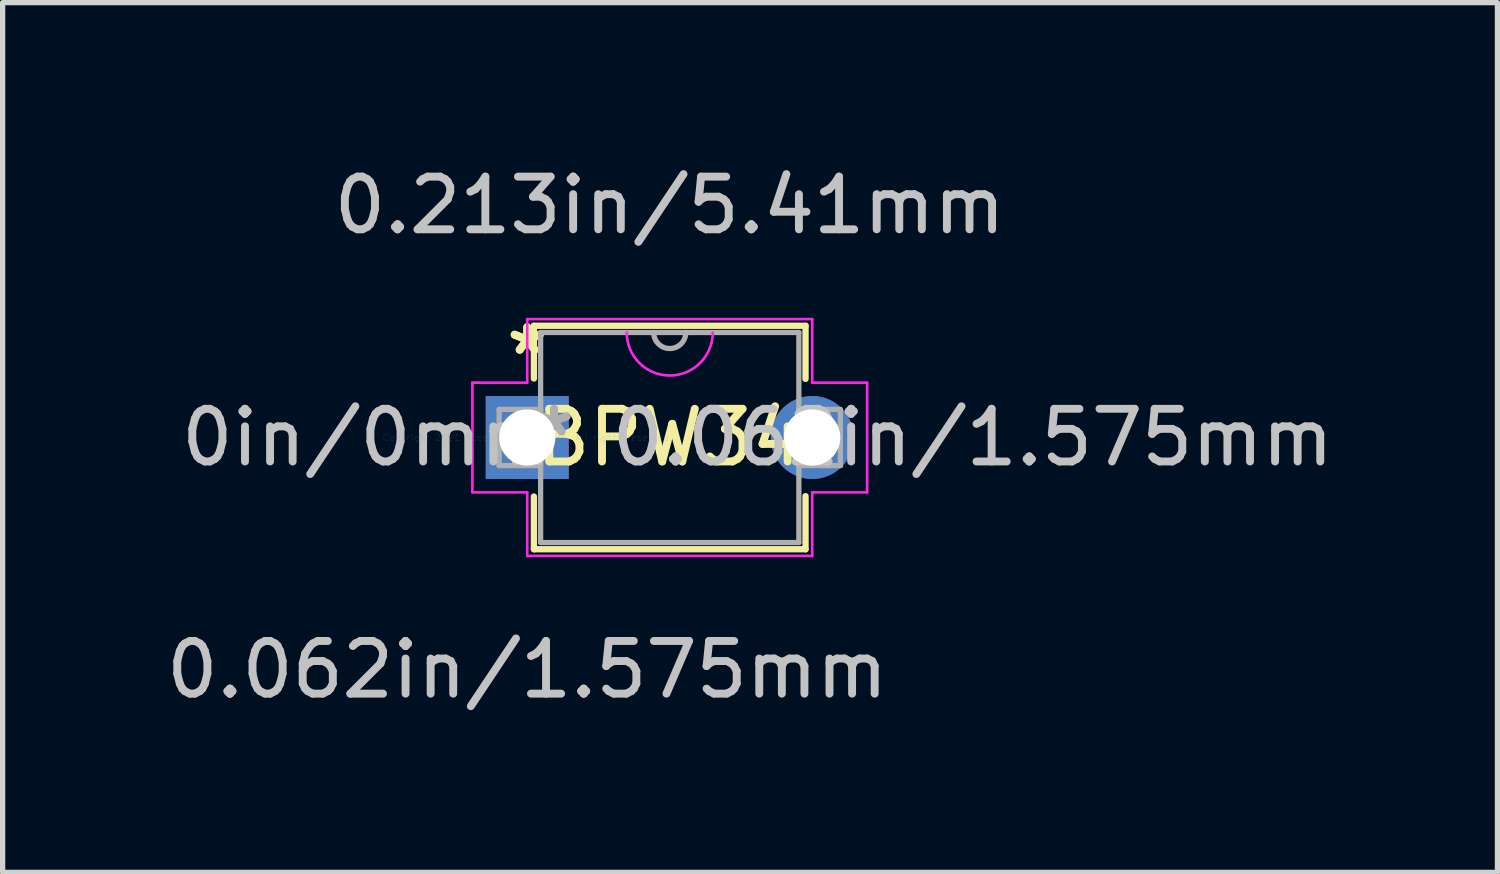
<source format=kicad_pcb>
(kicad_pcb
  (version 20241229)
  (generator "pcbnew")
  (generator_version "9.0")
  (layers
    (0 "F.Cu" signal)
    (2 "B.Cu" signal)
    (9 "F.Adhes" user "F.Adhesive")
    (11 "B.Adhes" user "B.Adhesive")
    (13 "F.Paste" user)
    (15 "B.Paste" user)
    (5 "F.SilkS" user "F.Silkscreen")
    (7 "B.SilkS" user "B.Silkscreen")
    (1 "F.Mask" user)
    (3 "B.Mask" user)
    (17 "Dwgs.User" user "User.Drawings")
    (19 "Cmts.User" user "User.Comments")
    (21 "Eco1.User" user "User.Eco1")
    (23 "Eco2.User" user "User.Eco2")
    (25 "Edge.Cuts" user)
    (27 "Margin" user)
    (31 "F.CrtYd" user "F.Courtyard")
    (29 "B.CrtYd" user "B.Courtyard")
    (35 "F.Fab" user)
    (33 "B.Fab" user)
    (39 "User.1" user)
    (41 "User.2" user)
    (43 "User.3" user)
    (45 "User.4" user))
  (footprint "BPW34"
    (layer "F.Cu")
    (at 6.958 5.255)
    (property "Reference" "BPW34" (at 2.705 0 0) (layer "F.SilkS") (effects (font (size 1 1) (thickness 0.15))))
    (attr through_hole)
    (fp_line (start 0.127 -2.121) (end 0.127 -1.12) (stroke (width 0.12) (type solid)) (layer "F.SilkS"))
    (fp_line (start 0.127 1.12) (end 0.127 2.121) (stroke (width 0.12) (type solid)) (layer "F.SilkS"))
    (fp_line (start 0.127 2.121) (end 5.283 2.121) (stroke (width 0.12) (type solid)) (layer "F.SilkS"))
    (fp_line (start 5.283 -2.121) (end 0.127 -2.121) (stroke (width 0.12) (type solid)) (layer "F.SilkS"))
    (fp_line (start 5.283 -1.113) (end 5.283 -2.121) (stroke (width 0.12) (type solid)) (layer "F.SilkS"))
    (fp_line (start 5.283 2.121) (end 5.283 1.113) (stroke (width 0.12) (type solid)) (layer "F.SilkS"))
    (fp_line (start -1.041 -1.041) (end -1.041 1.041) (stroke (width 0.05) (type solid)) (layer "F.CrtYd"))
    (fp_line (start -1.041 1.041) (end 0 1.041) (stroke (width 0.05) (type solid)) (layer "F.CrtYd"))
    (fp_line (start 0 -2.248) (end 0 -1.041) (stroke (width 0.05) (type solid)) (layer "F.CrtYd"))
    (fp_line (start 0 -1.041) (end -1.041 -1.041) (stroke (width 0.05) (type solid)) (layer "F.CrtYd"))
    (fp_line (start 0 1.041) (end 0 2.248) (stroke (width 0.05) (type solid)) (layer "F.CrtYd"))
    (fp_line (start 0 2.248) (end 5.41 2.248) (stroke (width 0.05) (type solid)) (layer "F.CrtYd"))
    (fp_line (start 5.41 -2.248) (end 0 -2.248) (stroke (width 0.05) (type solid)) (layer "F.CrtYd"))
    (fp_line (start 5.41 -1.041) (end 5.41 -2.248) (stroke (width 0.05) (type solid)) (layer "F.CrtYd"))
    (fp_line (start 5.41 1.041) (end 6.452 1.041) (stroke (width 0.05) (type solid)) (layer "F.CrtYd"))
    (fp_line (start 5.41 2.248) (end 5.41 1.041) (stroke (width 0.05) (type solid)) (layer "F.CrtYd"))
    (fp_line (start 6.452 -1.041) (end 5.41 -1.041) (stroke (width 0.05) (type solid)) (layer "F.CrtYd"))
    (fp_line (start 6.452 1.041) (end 6.452 -1.041) (stroke (width 0.05) (type solid)) (layer "F.CrtYd"))
    (fp_arc (start 3.522133 -1.9939) (mid 2.7051 -1.176867) (end 1.888067 -1.9939) (stroke (width 0.05) (type solid)) (layer "F.CrtYd"))
    (fp_line (start -0.533 -0.533) (end -0.533 0.533) (stroke (width 0.1) (type solid)) (layer "F.Fab"))
    (fp_line (start -0.533 0.533) (end 0.254 0.533) (stroke (width 0.1) (type solid)) (layer "F.Fab"))
    (fp_line (start 0.254 -1.994) (end 0.254 1.994) (stroke (width 0.1) (type solid)) (layer "F.Fab"))
    (fp_line (start 0.254 -0.533) (end -0.533 -0.533) (stroke (width 0.1) (type solid)) (layer "F.Fab"))
    (fp_line (start 0.254 0.533) (end 0.254 -0.533) (stroke (width 0.1) (type solid)) (layer "F.Fab"))
    (fp_line (start 0.254 1.994) (end 5.156 1.994) (stroke (width 0.1) (type solid)) (layer "F.Fab"))
    (fp_line (start 5.156 -1.994) (end 0.254 -1.994) (stroke (width 0.1) (type solid)) (layer "F.Fab"))
    (fp_line (start 5.156 -0.533) (end 5.156 0.533) (stroke (width 0.1) (type solid)) (layer "F.Fab"))
    (fp_line (start 5.156 0.533) (end 5.944 0.533) (stroke (width 0.1) (type solid)) (layer "F.Fab"))
    (fp_line (start 5.156 1.994) (end 5.156 -1.994) (stroke (width 0.1) (type solid)) (layer "F.Fab"))
    (fp_line (start 5.944 -0.533) (end 5.156 -0.533) (stroke (width 0.1) (type solid)) (layer "F.Fab"))
    (fp_line (start 5.944 0.533) (end 5.944 -0.533) (stroke (width 0.1) (type solid)) (layer "F.Fab"))
    (fp_arc (start 3.0099 -1.9939) (mid 2.7051 -1.6891) (end 2.4003 -1.9939) (stroke (width 0.1) (type solid)) (layer "F.Fab"))
    (fp_text user "*" (at 0 -1.549 0) (layer "F.SilkS") (effects (font (size 1 1) (thickness 0.15))))
    (fp_text user "*" (at 0 -1.549 0) (layer "F.SilkS") (effects (font (size 1 1) (thickness 0.15))))
    (fp_text user "0.062in/1.575mm" (at 8.458 0 0) (layer "Dwgs.User") (effects (font (size 1 1) (thickness 0.15))))
    (fp_text user "0.213in/5.41mm" (at 2.705 -4.407 0) (layer "Dwgs.User") (effects (font (size 1 1) (thickness 0.15))))
    (fp_text user "0in/0mm" (at -3.048 0 0) (layer "Dwgs.User") (effects (font (size 1 1) (thickness 0.15))))
    (fp_text user "0.062in/1.575mm" (at 0 4.407 0) (layer "Dwgs.User") (effects (font (size 1 1) (thickness 0.15))))
    (fp_text user "Copyright 2021 Accelerated Designs. All rights reserved." (at 0 0 0) (layer "Cmts.User") (effects (font (size 0.127 0.127) (thickness 0.002))))
    (fp_text user "*" (at 0.508 0 0) (layer "F.Fab") (effects (font (size 1 1) (thickness 0.15))))
    (fp_text user "*" (at 0.508 0 0) (layer "F.Fab") (effects (font (size 1 1) (thickness 0.15))))
    (pad "1" thru_hole rect (at 0 0) (size 1.575 1.575) (drill 1.067) (layers "*.Cu" "*.Mask"))
    (pad "2" thru_hole circle (at 5.41 0) (size 1.575 1.575) (drill 1.067) (layers "*.Cu" "*.Mask")))
  (gr_rect
    (start -3 -3)
    (end 25.375 13.51)
    (stroke (width 0.1) (type default))
    (fill no)
    (layer "Edge.Cuts")))
</source>
